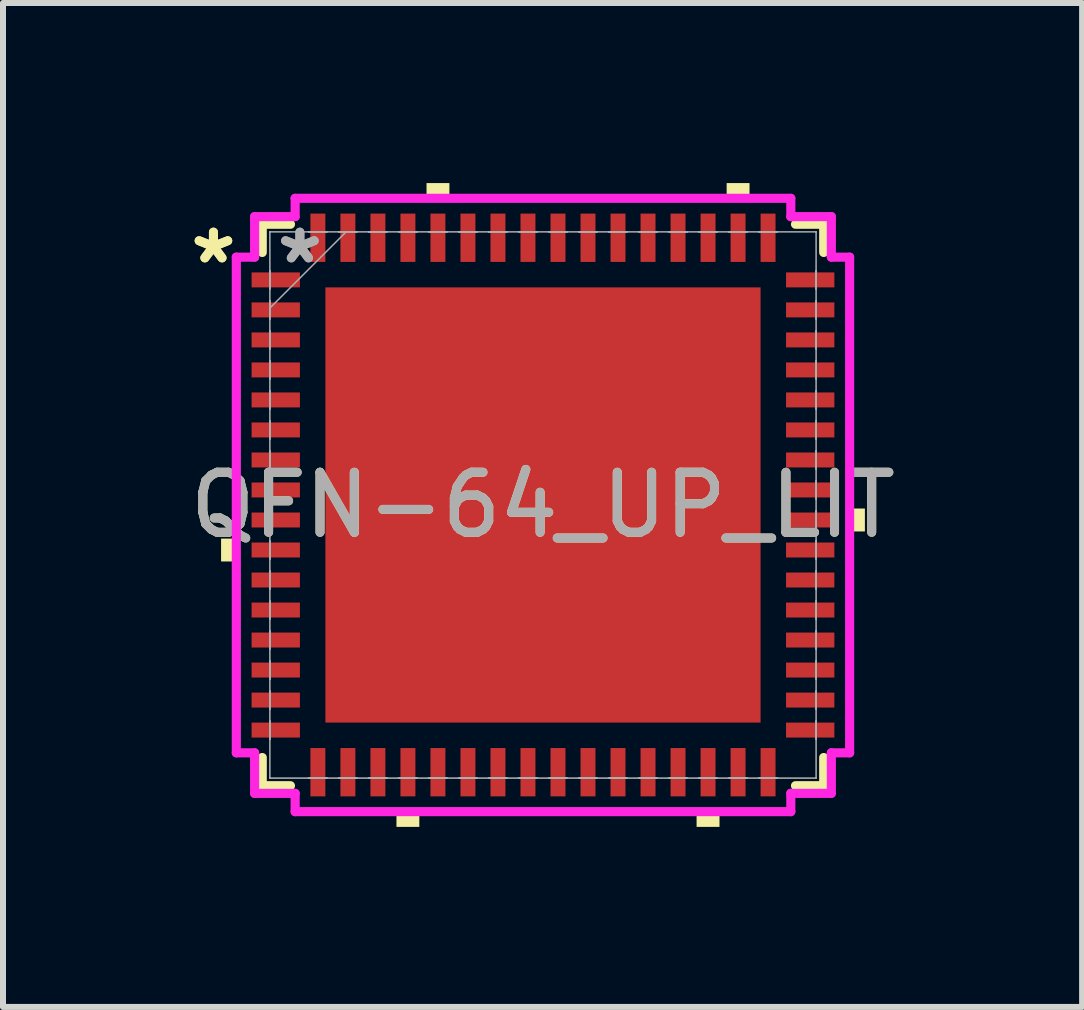
<source format=kicad_pcb>
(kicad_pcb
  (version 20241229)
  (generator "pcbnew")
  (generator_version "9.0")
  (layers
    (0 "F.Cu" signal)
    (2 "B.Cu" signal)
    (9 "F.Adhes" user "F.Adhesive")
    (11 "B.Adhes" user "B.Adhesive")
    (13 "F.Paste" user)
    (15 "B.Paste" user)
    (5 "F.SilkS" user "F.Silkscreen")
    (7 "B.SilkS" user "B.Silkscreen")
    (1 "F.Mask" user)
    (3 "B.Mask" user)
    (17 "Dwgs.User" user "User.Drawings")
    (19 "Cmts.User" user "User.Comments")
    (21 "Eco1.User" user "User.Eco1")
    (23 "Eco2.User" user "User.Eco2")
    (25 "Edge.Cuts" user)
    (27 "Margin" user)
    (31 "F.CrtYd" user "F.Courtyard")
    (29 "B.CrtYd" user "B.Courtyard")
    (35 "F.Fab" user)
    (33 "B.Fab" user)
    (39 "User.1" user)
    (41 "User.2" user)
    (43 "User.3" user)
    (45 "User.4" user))
  (footprint "QFN-64_UP_LIT"
    (layer "F.Cu")
    (at 5.996 5.363)
    (property "Reference" "QFN-64_UP_LIT" (at 0 0 0) (unlocked yes) (layer "F.SilkS") (effects (font (size 1 1) (thickness 0.15))))
    (attr smd)
    (fp_line (start -4.677 -4.677) (end -4.677 -4.207) (stroke (width 0.152) (type solid)) (layer "F.SilkS"))
    (fp_line (start -4.677 4.207) (end -4.677 4.677) (stroke (width 0.152) (type solid)) (layer "F.SilkS"))
    (fp_line (start -4.677 4.677) (end -4.207 4.677) (stroke (width 0.152) (type solid)) (layer "F.SilkS"))
    (fp_line (start -4.207 -4.677) (end -4.677 -4.677) (stroke (width 0.152) (type solid)) (layer "F.SilkS"))
    (fp_line (start 4.207 4.677) (end 4.677 4.677) (stroke (width 0.152) (type solid)) (layer "F.SilkS"))
    (fp_line (start 4.677 -4.677) (end 4.207 -4.677) (stroke (width 0.152) (type solid)) (layer "F.SilkS"))
    (fp_line (start 4.677 -4.207) (end 4.677 -4.677) (stroke (width 0.152) (type solid)) (layer "F.SilkS"))
    (fp_line (start 4.677 4.677) (end 4.677 4.207) (stroke (width 0.152) (type solid)) (layer "F.SilkS"))
    (fp_poly (pts (xy -5.363 0.56) (xy -5.363 0.941) (xy -5.109 0.941) (xy -5.109 0.56)) (stroke (width 0) (type solid)) (fill yes) (layer "F.SilkS"))
    (fp_poly (pts (xy -2.441 5.109) (xy -2.441 5.363) (xy -2.06 5.363) (xy -2.06 5.109)) (stroke (width 0) (type solid)) (fill yes) (layer "F.SilkS"))
    (fp_poly (pts (xy -1.94 -5.109) (xy -1.94 -5.363) (xy -1.559 -5.363) (xy -1.559 -5.109)) (stroke (width 0) (type solid)) (fill yes) (layer "F.SilkS"))
    (fp_poly (pts (xy 2.559 5.109) (xy 2.559 5.363) (xy 2.941 5.363) (xy 2.941 5.109)) (stroke (width 0) (type solid)) (fill yes) (layer "F.SilkS"))
    (fp_poly (pts (xy 3.06 -5.109) (xy 3.06 -5.363) (xy 3.441 -5.363) (xy 3.441 -5.109)) (stroke (width 0) (type solid)) (fill yes) (layer "F.SilkS"))
    (fp_poly (pts (xy 5.363 0.059) (xy 5.363 0.441) (xy 5.109 0.441) (xy 5.109 0.059)) (stroke (width 0) (type solid)) (fill yes) (layer "F.SilkS"))
    (fp_poly (pts (xy -3.525 -3.525) (xy -3.525 -2.275) (xy -2.275 -2.275) (xy -2.275 -3.525)) (stroke (width 0) (type solid)) (fill yes) (layer "F.Paste"))
    (fp_poly (pts (xy -3.525 -2.075) (xy -3.525 -0.825) (xy -2.275 -0.825) (xy -2.275 -2.075)) (stroke (width 0) (type solid)) (fill yes) (layer "F.Paste"))
    (fp_poly (pts (xy -3.525 -0.625) (xy -3.525 0.625) (xy -2.275 0.625) (xy -2.275 -0.625)) (stroke (width 0) (type solid)) (fill yes) (layer "F.Paste"))
    (fp_poly (pts (xy -3.525 0.825) (xy -3.525 2.075) (xy -2.275 2.075) (xy -2.275 0.825)) (stroke (width 0) (type solid)) (fill yes) (layer "F.Paste"))
    (fp_poly (pts (xy -3.525 2.275) (xy -3.525 3.525) (xy -2.275 3.525) (xy -2.275 2.275)) (stroke (width 0) (type solid)) (fill yes) (layer "F.Paste"))
    (fp_poly (pts (xy -2.075 -3.525) (xy -2.075 -2.275) (xy -0.825 -2.275) (xy -0.825 -3.525)) (stroke (width 0) (type solid)) (fill yes) (layer "F.Paste"))
    (fp_poly (pts (xy -2.075 -2.075) (xy -2.075 -0.825) (xy -0.825 -0.825) (xy -0.825 -2.075)) (stroke (width 0) (type solid)) (fill yes) (layer "F.Paste"))
    (fp_poly (pts (xy -2.075 -0.625) (xy -2.075 0.625) (xy -0.825 0.625) (xy -0.825 -0.625)) (stroke (width 0) (type solid)) (fill yes) (layer "F.Paste"))
    (fp_poly (pts (xy -2.075 0.825) (xy -2.075 2.075) (xy -0.825 2.075) (xy -0.825 0.825)) (stroke (width 0) (type solid)) (fill yes) (layer "F.Paste"))
    (fp_poly (pts (xy -2.075 2.275) (xy -2.075 3.525) (xy -0.825 3.525) (xy -0.825 2.275)) (stroke (width 0) (type solid)) (fill yes) (layer "F.Paste"))
    (fp_poly (pts (xy -0.625 -3.525) (xy -0.625 -2.275) (xy 0.625 -2.275) (xy 0.625 -3.525)) (stroke (width 0) (type solid)) (fill yes) (layer "F.Paste"))
    (fp_poly (pts (xy -0.625 -2.075) (xy -0.625 -0.825) (xy 0.625 -0.825) (xy 0.625 -2.075)) (stroke (width 0) (type solid)) (fill yes) (layer "F.Paste"))
    (fp_poly (pts (xy -0.625 -0.625) (xy -0.625 0.625) (xy 0.625 0.625) (xy 0.625 -0.625)) (stroke (width 0) (type solid)) (fill yes) (layer "F.Paste"))
    (fp_poly (pts (xy -0.625 0.825) (xy -0.625 2.075) (xy 0.625 2.075) (xy 0.625 0.825)) (stroke (width 0) (type solid)) (fill yes) (layer "F.Paste"))
    (fp_poly (pts (xy -0.625 2.275) (xy -0.625 3.525) (xy 0.625 3.525) (xy 0.625 2.275)) (stroke (width 0) (type solid)) (fill yes) (layer "F.Paste"))
    (fp_poly (pts (xy 0.825 -3.525) (xy 0.825 -2.275) (xy 2.075 -2.275) (xy 2.075 -3.525)) (stroke (width 0) (type solid)) (fill yes) (layer "F.Paste"))
    (fp_poly (pts (xy 0.825 -2.075) (xy 0.825 -0.825) (xy 2.075 -0.825) (xy 2.075 -2.075)) (stroke (width 0) (type solid)) (fill yes) (layer "F.Paste"))
    (fp_poly (pts (xy 0.825 -0.625) (xy 0.825 0.625) (xy 2.075 0.625) (xy 2.075 -0.625)) (stroke (width 0) (type solid)) (fill yes) (layer "F.Paste"))
    (fp_poly (pts (xy 0.825 0.825) (xy 0.825 2.075) (xy 2.075 2.075) (xy 2.075 0.825)) (stroke (width 0) (type solid)) (fill yes) (layer "F.Paste"))
    (fp_poly (pts (xy 0.825 2.275) (xy 0.825 3.525) (xy 2.075 3.525) (xy 2.075 2.275)) (stroke (width 0) (type solid)) (fill yes) (layer "F.Paste"))
    (fp_poly (pts (xy 2.275 -3.525) (xy 2.275 -2.275) (xy 3.525 -2.275) (xy 3.525 -3.525)) (stroke (width 0) (type solid)) (fill yes) (layer "F.Paste"))
    (fp_poly (pts (xy 2.275 -2.075) (xy 2.275 -0.825) (xy 3.525 -0.825) (xy 3.525 -2.075)) (stroke (width 0) (type solid)) (fill yes) (layer "F.Paste"))
    (fp_poly (pts (xy 2.275 -0.625) (xy 2.275 0.625) (xy 3.525 0.625) (xy 3.525 -0.625)) (stroke (width 0) (type solid)) (fill yes) (layer "F.Paste"))
    (fp_poly (pts (xy 2.275 0.825) (xy 2.275 2.075) (xy 3.525 2.075) (xy 3.525 0.825)) (stroke (width 0) (type solid)) (fill yes) (layer "F.Paste"))
    (fp_poly (pts (xy 2.275 2.275) (xy 2.275 3.525) (xy 3.525 3.525) (xy 3.525 2.275)) (stroke (width 0) (type solid)) (fill yes) (layer "F.Paste"))
    (fp_line (start -5.109 -4.129) (end -4.804 -4.129) (stroke (width 0.152) (type solid)) (layer "F.CrtYd"))
    (fp_line (start -5.109 4.129) (end -5.109 -4.129) (stroke (width 0.152) (type solid)) (layer "F.CrtYd"))
    (fp_line (start -4.804 -4.804) (end -4.129 -4.804) (stroke (width 0.152) (type solid)) (layer "F.CrtYd"))
    (fp_line (start -4.804 -4.129) (end -4.804 -4.804) (stroke (width 0.152) (type solid)) (layer "F.CrtYd"))
    (fp_line (start -4.804 4.129) (end -5.109 4.129) (stroke (width 0.152) (type solid)) (layer "F.CrtYd"))
    (fp_line (start -4.804 4.804) (end -4.804 4.129) (stroke (width 0.152) (type solid)) (layer "F.CrtYd"))
    (fp_line (start -4.129 -5.109) (end 4.129 -5.109) (stroke (width 0.152) (type solid)) (layer "F.CrtYd"))
    (fp_line (start -4.129 -4.804) (end -4.129 -5.109) (stroke (width 0.152) (type solid)) (layer "F.CrtYd"))
    (fp_line (start -4.129 4.804) (end -4.804 4.804) (stroke (width 0.152) (type solid)) (layer "F.CrtYd"))
    (fp_line (start -4.129 5.109) (end -4.129 4.804) (stroke (width 0.152) (type solid)) (layer "F.CrtYd"))
    (fp_line (start 4.129 -5.109) (end 4.129 -4.804) (stroke (width 0.152) (type solid)) (layer "F.CrtYd"))
    (fp_line (start 4.129 -4.804) (end 4.804 -4.804) (stroke (width 0.152) (type solid)) (layer "F.CrtYd"))
    (fp_line (start 4.129 4.804) (end 4.129 5.109) (stroke (width 0.152) (type solid)) (layer "F.CrtYd"))
    (fp_line (start 4.129 5.109) (end -4.129 5.109) (stroke (width 0.152) (type solid)) (layer "F.CrtYd"))
    (fp_line (start 4.804 -4.804) (end 4.804 -4.129) (stroke (width 0.152) (type solid)) (layer "F.CrtYd"))
    (fp_line (start 4.804 -4.129) (end 5.109 -4.129) (stroke (width 0.152) (type solid)) (layer "F.CrtYd"))
    (fp_line (start 4.804 4.129) (end 4.804 4.804) (stroke (width 0.152) (type solid)) (layer "F.CrtYd"))
    (fp_line (start 4.804 4.804) (end 4.129 4.804) (stroke (width 0.152) (type solid)) (layer "F.CrtYd"))
    (fp_line (start 5.109 -4.129) (end 5.109 4.129) (stroke (width 0.152) (type solid)) (layer "F.CrtYd"))
    (fp_line (start 5.109 4.129) (end 4.804 4.129) (stroke (width 0.152) (type solid)) (layer "F.CrtYd"))
    (fp_line (start -4.55 -4.55) (end -4.55 -4.55) (stroke (width 0.025) (type solid)) (layer "F.Fab"))
    (fp_line (start -4.55 -4.55) (end -4.55 4.55) (stroke (width 0.025) (type solid)) (layer "F.Fab"))
    (fp_line (start -4.55 -3.9) (end -4.55 -3.9) (stroke (width 0.025) (type solid)) (layer "F.Fab"))
    (fp_line (start -4.55 -3.9) (end -4.55 -3.6) (stroke (width 0.025) (type solid)) (layer "F.Fab"))
    (fp_line (start -4.55 -3.6) (end -4.55 -3.9) (stroke (width 0.025) (type solid)) (layer "F.Fab"))
    (fp_line (start -4.55 -3.6) (end -4.55 -3.6) (stroke (width 0.025) (type solid)) (layer "F.Fab"))
    (fp_line (start -4.55 -3.4) (end -4.55 -3.4) (stroke (width 0.025) (type solid)) (layer "F.Fab"))
    (fp_line (start -4.55 -3.4) (end -4.55 -3.1) (stroke (width 0.025) (type solid)) (layer "F.Fab"))
    (fp_line (start -4.55 -3.28) (end -3.28 -4.55) (stroke (width 0.025) (type solid)) (layer "F.Fab"))
    (fp_line (start -4.55 -3.1) (end -4.55 -3.4) (stroke (width 0.025) (type solid)) (layer "F.Fab"))
    (fp_line (start -4.55 -3.1) (end -4.55 -3.1) (stroke (width 0.025) (type solid)) (layer "F.Fab"))
    (fp_line (start -4.55 -2.9) (end -4.55 -2.9) (stroke (width 0.025) (type solid)) (layer "F.Fab"))
    (fp_line (start -4.55 -2.9) (end -4.55 -2.6) (stroke (width 0.025) (type solid)) (layer "F.Fab"))
    (fp_line (start -4.55 -2.6) (end -4.55 -2.9) (stroke (width 0.025) (type solid)) (layer "F.Fab"))
    (fp_line (start -4.55 -2.6) (end -4.55 -2.6) (stroke (width 0.025) (type solid)) (layer "F.Fab"))
    (fp_line (start -4.55 -2.4) (end -4.55 -2.4) (stroke (width 0.025) (type solid)) (layer "F.Fab"))
    (fp_line (start -4.55 -2.4) (end -4.55 -2.1) (stroke (width 0.025) (type solid)) (layer "F.Fab"))
    (fp_line (start -4.55 -2.1) (end -4.55 -2.4) (stroke (width 0.025) (type solid)) (layer "F.Fab"))
    (fp_line (start -4.55 -2.1) (end -4.55 -2.1) (stroke (width 0.025) (type solid)) (layer "F.Fab"))
    (fp_line (start -4.55 -1.9) (end -4.55 -1.9) (stroke (width 0.025) (type solid)) (layer "F.Fab"))
    (fp_line (start -4.55 -1.9) (end -4.55 -1.6) (stroke (width 0.025) (type solid)) (layer "F.Fab"))
    (fp_line (start -4.55 -1.6) (end -4.55 -1.9) (stroke (width 0.025) (type solid)) (layer "F.Fab"))
    (fp_line (start -4.55 -1.6) (end -4.55 -1.6) (stroke (width 0.025) (type solid)) (layer "F.Fab"))
    (fp_line (start -4.55 -1.4) (end -4.55 -1.4) (stroke (width 0.025) (type solid)) (layer "F.Fab"))
    (fp_line (start -4.55 -1.4) (end -4.55 -1.1) (stroke (width 0.025) (type solid)) (layer "F.Fab"))
    (fp_line (start -4.55 -1.1) (end -4.55 -1.4) (stroke (width 0.025) (type solid)) (layer "F.Fab"))
    (fp_line (start -4.55 -1.1) (end -4.55 -1.1) (stroke (width 0.025) (type solid)) (layer "F.Fab"))
    (fp_line (start -4.55 -0.9) (end -4.55 -0.9) (stroke (width 0.025) (type solid)) (layer "F.Fab"))
    (fp_line (start -4.55 -0.9) (end -4.55 -0.6) (stroke (width 0.025) (type solid)) (layer "F.Fab"))
    (fp_line (start -4.55 -0.6) (end -4.55 -0.9) (stroke (width 0.025) (type solid)) (layer "F.Fab"))
    (fp_line (start -4.55 -0.6) (end -4.55 -0.6) (stroke (width 0.025) (type solid)) (layer "F.Fab"))
    (fp_line (start -4.55 -0.4) (end -4.55 -0.4) (stroke (width 0.025) (type solid)) (layer "F.Fab"))
    (fp_line (start -4.55 -0.4) (end -4.55 -0.1) (stroke (width 0.025) (type solid)) (layer "F.Fab"))
    (fp_line (start -4.55 -0.1) (end -4.55 -0.4) (stroke (width 0.025) (type solid)) (layer "F.Fab"))
    (fp_line (start -4.55 -0.1) (end -4.55 -0.1) (stroke (width 0.025) (type solid)) (layer "F.Fab"))
    (fp_line (start -4.55 0.1) (end -4.55 0.1) (stroke (width 0.025) (type solid)) (layer "F.Fab"))
    (fp_line (start -4.55 0.1) (end -4.55 0.4) (stroke (width 0.025) (type solid)) (layer "F.Fab"))
    (fp_line (start -4.55 0.4) (end -4.55 0.1) (stroke (width 0.025) (type solid)) (layer "F.Fab"))
    (fp_line (start -4.55 0.4) (end -4.55 0.4) (stroke (width 0.025) (type solid)) (layer "F.Fab"))
    (fp_line (start -4.55 0.6) (end -4.55 0.6) (stroke (width 0.025) (type solid)) (layer "F.Fab"))
    (fp_line (start -4.55 0.6) (end -4.55 0.9) (stroke (width 0.025) (type solid)) (layer "F.Fab"))
    (fp_line (start -4.55 0.9) (end -4.55 0.6) (stroke (width 0.025) (type solid)) (layer "F.Fab"))
    (fp_line (start -4.55 0.9) (end -4.55 0.9) (stroke (width 0.025) (type solid)) (layer "F.Fab"))
    (fp_line (start -4.55 1.1) (end -4.55 1.1) (stroke (width 0.025) (type solid)) (layer "F.Fab"))
    (fp_line (start -4.55 1.1) (end -4.55 1.4) (stroke (width 0.025) (type solid)) (layer "F.Fab"))
    (fp_line (start -4.55 1.4) (end -4.55 1.1) (stroke (width 0.025) (type solid)) (layer "F.Fab"))
    (fp_line (start -4.55 1.4) (end -4.55 1.4) (stroke (width 0.025) (type solid)) (layer "F.Fab"))
    (fp_line (start -4.55 1.6) (end -4.55 1.6) (stroke (width 0.025) (type solid)) (layer "F.Fab"))
    (fp_line (start -4.55 1.6) (end -4.55 1.9) (stroke (width 0.025) (type solid)) (layer "F.Fab"))
    (fp_line (start -4.55 1.9) (end -4.55 1.6) (stroke (width 0.025) (type solid)) (layer "F.Fab"))
    (fp_line (start -4.55 1.9) (end -4.55 1.9) (stroke (width 0.025) (type solid)) (layer "F.Fab"))
    (fp_line (start -4.55 2.1) (end -4.55 2.1) (stroke (width 0.025) (type solid)) (layer "F.Fab"))
    (fp_line (start -4.55 2.1) (end -4.55 2.4) (stroke (width 0.025) (type solid)) (layer "F.Fab"))
    (fp_line (start -4.55 2.4) (end -4.55 2.1) (stroke (width 0.025) (type solid)) (layer "F.Fab"))
    (fp_line (start -4.55 2.4) (end -4.55 2.4) (stroke (width 0.025) (type solid)) (layer "F.Fab"))
    (fp_line (start -4.55 2.6) (end -4.55 2.6) (stroke (width 0.025) (type solid)) (layer "F.Fab"))
    (fp_line (start -4.55 2.6) (end -4.55 2.9) (stroke (width 0.025) (type solid)) (layer "F.Fab"))
    (fp_line (start -4.55 2.9) (end -4.55 2.6) (stroke (width 0.025) (type solid)) (layer "F.Fab"))
    (fp_line (start -4.55 2.9) (end -4.55 2.9) (stroke (width 0.025) (type solid)) (layer "F.Fab"))
    (fp_line (start -4.55 3.1) (end -4.55 3.1) (stroke (width 0.025) (type solid)) (layer "F.Fab"))
    (fp_line (start -4.55 3.1) (end -4.55 3.4) (stroke (width 0.025) (type solid)) (layer "F.Fab"))
    (fp_line (start -4.55 3.4) (end -4.55 3.1) (stroke (width 0.025) (type solid)) (layer "F.Fab"))
    (fp_line (start -4.55 3.4) (end -4.55 3.4) (stroke (width 0.025) (type solid)) (layer "F.Fab"))
    (fp_line (start -4.55 3.6) (end -4.55 3.6) (stroke (width 0.025) (type solid)) (layer "F.Fab"))
    (fp_line (start -4.55 3.6) (end -4.55 3.9) (stroke (width 0.025) (type solid)) (layer "F.Fab"))
    (fp_line (start -4.55 3.9) (end -4.55 3.6) (stroke (width 0.025) (type solid)) (layer "F.Fab"))
    (fp_line (start -4.55 3.9) (end -4.55 3.9) (stroke (width 0.025) (type solid)) (layer "F.Fab"))
    (fp_line (start -4.55 4.55) (end -4.55 4.55) (stroke (width 0.025) (type solid)) (layer "F.Fab"))
    (fp_line (start -4.55 4.55) (end 4.55 4.55) (stroke (width 0.025) (type solid)) (layer "F.Fab"))
    (fp_line (start -3.9 -4.55) (end -3.9 -4.55) (stroke (width 0.025) (type solid)) (layer "F.Fab"))
    (fp_line (start -3.9 -4.55) (end -3.6 -4.55) (stroke (width 0.025) (type solid)) (layer "F.Fab"))
    (fp_line (start -3.9 4.55) (end -3.9 4.55) (stroke (width 0.025) (type solid)) (layer "F.Fab"))
    (fp_line (start -3.9 4.55) (end -3.6 4.55) (stroke (width 0.025) (type solid)) (layer "F.Fab"))
    (fp_line (start -3.6 -4.55) (end -3.9 -4.55) (stroke (width 0.025) (type solid)) (layer "F.Fab"))
    (fp_line (start -3.6 -4.55) (end -3.6 -4.55) (stroke (width 0.025) (type solid)) (layer "F.Fab"))
    (fp_line (start -3.6 4.55) (end -3.9 4.55) (stroke (width 0.025) (type solid)) (layer "F.Fab"))
    (fp_line (start -3.6 4.55) (end -3.6 4.55) (stroke (width 0.025) (type solid)) (layer "F.Fab"))
    (fp_line (start -3.4 -4.55) (end -3.4 -4.55) (stroke (width 0.025) (type solid)) (layer "F.Fab"))
    (fp_line (start -3.4 -4.55) (end -3.1 -4.55) (stroke (width 0.025) (type solid)) (layer "F.Fab"))
    (fp_line (start -3.4 4.55) (end -3.4 4.55) (stroke (width 0.025) (type solid)) (layer "F.Fab"))
    (fp_line (start -3.4 4.55) (end -3.1 4.55) (stroke (width 0.025) (type solid)) (layer "F.Fab"))
    (fp_line (start -3.1 -4.55) (end -3.4 -4.55) (stroke (width 0.025) (type solid)) (layer "F.Fab"))
    (fp_line (start -3.1 -4.55) (end -3.1 -4.55) (stroke (width 0.025) (type solid)) (layer "F.Fab"))
    (fp_line (start -3.1 4.55) (end -3.4 4.55) (stroke (width 0.025) (type solid)) (layer "F.Fab"))
    (fp_line (start -3.1 4.55) (end -3.1 4.55) (stroke (width 0.025) (type solid)) (layer "F.Fab"))
    (fp_line (start -2.9 -4.55) (end -2.9 -4.55) (stroke (width 0.025) (type solid)) (layer "F.Fab"))
    (fp_line (start -2.9 -4.55) (end -2.6 -4.55) (stroke (width 0.025) (type solid)) (layer "F.Fab"))
    (fp_line (start -2.9 4.55) (end -2.9 4.55) (stroke (width 0.025) (type solid)) (layer "F.Fab"))
    (fp_line (start -2.9 4.55) (end -2.6 4.55) (stroke (width 0.025) (type solid)) (layer "F.Fab"))
    (fp_line (start -2.6 -4.55) (end -2.9 -4.55) (stroke (width 0.025) (type solid)) (layer "F.Fab"))
    (fp_line (start -2.6 -4.55) (end -2.6 -4.55) (stroke (width 0.025) (type solid)) (layer "F.Fab"))
    (fp_line (start -2.6 4.55) (end -2.9 4.55) (stroke (width 0.025) (type solid)) (layer "F.Fab"))
    (fp_line (start -2.6 4.55) (end -2.6 4.55) (stroke (width 0.025) (type solid)) (layer "F.Fab"))
    (fp_line (start -2.4 -4.55) (end -2.4 -4.55) (stroke (width 0.025) (type solid)) (layer "F.Fab"))
    (fp_line (start -2.4 -4.55) (end -2.1 -4.55) (stroke (width 0.025) (type solid)) (layer "F.Fab"))
    (fp_line (start -2.4 4.55) (end -2.4 4.55) (stroke (width 0.025) (type solid)) (layer "F.Fab"))
    (fp_line (start -2.4 4.55) (end -2.1 4.55) (stroke (width 0.025) (type solid)) (layer "F.Fab"))
    (fp_line (start -2.1 -4.55) (end -2.4 -4.55) (stroke (width 0.025) (type solid)) (layer "F.Fab"))
    (fp_line (start -2.1 -4.55) (end -2.1 -4.55) (stroke (width 0.025) (type solid)) (layer "F.Fab"))
    (fp_line (start -2.1 4.55) (end -2.4 4.55) (stroke (width 0.025) (type solid)) (layer "F.Fab"))
    (fp_line (start -2.1 4.55) (end -2.1 4.55) (stroke (width 0.025) (type solid)) (layer "F.Fab"))
    (fp_line (start -1.9 -4.55) (end -1.9 -4.55) (stroke (width 0.025) (type solid)) (layer "F.Fab"))
    (fp_line (start -1.9 -4.55) (end -1.6 -4.55) (stroke (width 0.025) (type solid)) (layer "F.Fab"))
    (fp_line (start -1.9 4.55) (end -1.9 4.55) (stroke (width 0.025) (type solid)) (layer "F.Fab"))
    (fp_line (start -1.9 4.55) (end -1.6 4.55) (stroke (width 0.025) (type solid)) (layer "F.Fab"))
    (fp_line (start -1.6 -4.55) (end -1.9 -4.55) (stroke (width 0.025) (type solid)) (layer "F.Fab"))
    (fp_line (start -1.6 -4.55) (end -1.6 -4.55) (stroke (width 0.025) (type solid)) (layer "F.Fab"))
    (fp_line (start -1.6 4.55) (end -1.9 4.55) (stroke (width 0.025) (type solid)) (layer "F.Fab"))
    (fp_line (start -1.6 4.55) (end -1.6 4.55) (stroke (width 0.025) (type solid)) (layer "F.Fab"))
    (fp_line (start -1.4 -4.55) (end -1.4 -4.55) (stroke (width 0.025) (type solid)) (layer "F.Fab"))
    (fp_line (start -1.4 -4.55) (end -1.1 -4.55) (stroke (width 0.025) (type solid)) (layer "F.Fab"))
    (fp_line (start -1.4 4.55) (end -1.4 4.55) (stroke (width 0.025) (type solid)) (layer "F.Fab"))
    (fp_line (start -1.4 4.55) (end -1.1 4.55) (stroke (width 0.025) (type solid)) (layer "F.Fab"))
    (fp_line (start -1.1 -4.55) (end -1.4 -4.55) (stroke (width 0.025) (type solid)) (layer "F.Fab"))
    (fp_line (start -1.1 -4.55) (end -1.1 -4.55) (stroke (width 0.025) (type solid)) (layer "F.Fab"))
    (fp_line (start -1.1 4.55) (end -1.4 4.55) (stroke (width 0.025) (type solid)) (layer "F.Fab"))
    (fp_line (start -1.1 4.55) (end -1.1 4.55) (stroke (width 0.025) (type solid)) (layer "F.Fab"))
    (fp_line (start -0.9 -4.55) (end -0.9 -4.55) (stroke (width 0.025) (type solid)) (layer "F.Fab"))
    (fp_line (start -0.9 -4.55) (end -0.6 -4.55) (stroke (width 0.025) (type solid)) (layer "F.Fab"))
    (fp_line (start -0.9 4.55) (end -0.9 4.55) (stroke (width 0.025) (type solid)) (layer "F.Fab"))
    (fp_line (start -0.9 4.55) (end -0.6 4.55) (stroke (width 0.025) (type solid)) (layer "F.Fab"))
    (fp_line (start -0.6 -4.55) (end -0.9 -4.55) (stroke (width 0.025) (type solid)) (layer "F.Fab"))
    (fp_line (start -0.6 -4.55) (end -0.6 -4.55) (stroke (width 0.025) (type solid)) (layer "F.Fab"))
    (fp_line (start -0.6 4.55) (end -0.9 4.55) (stroke (width 0.025) (type solid)) (layer "F.Fab"))
    (fp_line (start -0.6 4.55) (end -0.6 4.55) (stroke (width 0.025) (type solid)) (layer "F.Fab"))
    (fp_line (start -0.4 -4.55) (end -0.4 -4.55) (stroke (width 0.025) (type solid)) (layer "F.Fab"))
    (fp_line (start -0.4 -4.55) (end -0.1 -4.55) (stroke (width 0.025) (type solid)) (layer "F.Fab"))
    (fp_line (start -0.4 4.55) (end -0.4 4.55) (stroke (width 0.025) (type solid)) (layer "F.Fab"))
    (fp_line (start -0.4 4.55) (end -0.1 4.55) (stroke (width 0.025) (type solid)) (layer "F.Fab"))
    (fp_line (start -0.1 -4.55) (end -0.4 -4.55) (stroke (width 0.025) (type solid)) (layer "F.Fab"))
    (fp_line (start -0.1 -4.55) (end -0.1 -4.55) (stroke (width 0.025) (type solid)) (layer "F.Fab"))
    (fp_line (start -0.1 4.55) (end -0.4 4.55) (stroke (width 0.025) (type solid)) (layer "F.Fab"))
    (fp_line (start -0.1 4.55) (end -0.1 4.55) (stroke (width 0.025) (type solid)) (layer "F.Fab"))
    (fp_line (start 0.1 -4.55) (end 0.1 -4.55) (stroke (width 0.025) (type solid)) (layer "F.Fab"))
    (fp_line (start 0.1 -4.55) (end 0.4 -4.55) (stroke (width 0.025) (type solid)) (layer "F.Fab"))
    (fp_line (start 0.1 4.55) (end 0.1 4.55) (stroke (width 0.025) (type solid)) (layer "F.Fab"))
    (fp_line (start 0.1 4.55) (end 0.4 4.55) (stroke (width 0.025) (type solid)) (layer "F.Fab"))
    (fp_line (start 0.4 -4.55) (end 0.1 -4.55) (stroke (width 0.025) (type solid)) (layer "F.Fab"))
    (fp_line (start 0.4 -4.55) (end 0.4 -4.55) (stroke (width 0.025) (type solid)) (layer "F.Fab"))
    (fp_line (start 0.4 4.55) (end 0.1 4.55) (stroke (width 0.025) (type solid)) (layer "F.Fab"))
    (fp_line (start 0.4 4.55) (end 0.4 4.55) (stroke (width 0.025) (type solid)) (layer "F.Fab"))
    (fp_line (start 0.6 -4.55) (end 0.6 -4.55) (stroke (width 0.025) (type solid)) (layer "F.Fab"))
    (fp_line (start 0.6 -4.55) (end 0.9 -4.55) (stroke (width 0.025) (type solid)) (layer "F.Fab"))
    (fp_line (start 0.6 4.55) (end 0.6 4.55) (stroke (width 0.025) (type solid)) (layer "F.Fab"))
    (fp_line (start 0.6 4.55) (end 0.9 4.55) (stroke (width 0.025) (type solid)) (layer "F.Fab"))
    (fp_line (start 0.9 -4.55) (end 0.6 -4.55) (stroke (width 0.025) (type solid)) (layer "F.Fab"))
    (fp_line (start 0.9 -4.55) (end 0.9 -4.55) (stroke (width 0.025) (type solid)) (layer "F.Fab"))
    (fp_line (start 0.9 4.55) (end 0.6 4.55) (stroke (width 0.025) (type solid)) (layer "F.Fab"))
    (fp_line (start 0.9 4.55) (end 0.9 4.55) (stroke (width 0.025) (type solid)) (layer "F.Fab"))
    (fp_line (start 1.1 -4.55) (end 1.1 -4.55) (stroke (width 0.025) (type solid)) (layer "F.Fab"))
    (fp_line (start 1.1 -4.55) (end 1.4 -4.55) (stroke (width 0.025) (type solid)) (layer "F.Fab"))
    (fp_line (start 1.1 4.55) (end 1.1 4.55) (stroke (width 0.025) (type solid)) (layer "F.Fab"))
    (fp_line (start 1.1 4.55) (end 1.4 4.55) (stroke (width 0.025) (type solid)) (layer "F.Fab"))
    (fp_line (start 1.4 -4.55) (end 1.1 -4.55) (stroke (width 0.025) (type solid)) (layer "F.Fab"))
    (fp_line (start 1.4 -4.55) (end 1.4 -4.55) (stroke (width 0.025) (type solid)) (layer "F.Fab"))
    (fp_line (start 1.4 4.55) (end 1.1 4.55) (stroke (width 0.025) (type solid)) (layer "F.Fab"))
    (fp_line (start 1.4 4.55) (end 1.4 4.55) (stroke (width 0.025) (type solid)) (layer "F.Fab"))
    (fp_line (start 1.6 -4.55) (end 1.6 -4.55) (stroke (width 0.025) (type solid)) (layer "F.Fab"))
    (fp_line (start 1.6 -4.55) (end 1.9 -4.55) (stroke (width 0.025) (type solid)) (layer "F.Fab"))
    (fp_line (start 1.6 4.55) (end 1.6 4.55) (stroke (width 0.025) (type solid)) (layer "F.Fab"))
    (fp_line (start 1.6 4.55) (end 1.9 4.55) (stroke (width 0.025) (type solid)) (layer "F.Fab"))
    (fp_line (start 1.9 -4.55) (end 1.6 -4.55) (stroke (width 0.025) (type solid)) (layer "F.Fab"))
    (fp_line (start 1.9 -4.55) (end 1.9 -4.55) (stroke (width 0.025) (type solid)) (layer "F.Fab"))
    (fp_line (start 1.9 4.55) (end 1.6 4.55) (stroke (width 0.025) (type solid)) (layer "F.Fab"))
    (fp_line (start 1.9 4.55) (end 1.9 4.55) (stroke (width 0.025) (type solid)) (layer "F.Fab"))
    (fp_line (start 2.1 -4.55) (end 2.1 -4.55) (stroke (width 0.025) (type solid)) (layer "F.Fab"))
    (fp_line (start 2.1 -4.55) (end 2.4 -4.55) (stroke (width 0.025) (type solid)) (layer "F.Fab"))
    (fp_line (start 2.1 4.55) (end 2.1 4.55) (stroke (width 0.025) (type solid)) (layer "F.Fab"))
    (fp_line (start 2.1 4.55) (end 2.4 4.55) (stroke (width 0.025) (type solid)) (layer "F.Fab"))
    (fp_line (start 2.4 -4.55) (end 2.1 -4.55) (stroke (width 0.025) (type solid)) (layer "F.Fab"))
    (fp_line (start 2.4 -4.55) (end 2.4 -4.55) (stroke (width 0.025) (type solid)) (layer "F.Fab"))
    (fp_line (start 2.4 4.55) (end 2.1 4.55) (stroke (width 0.025) (type solid)) (layer "F.Fab"))
    (fp_line (start 2.4 4.55) (end 2.4 4.55) (stroke (width 0.025) (type solid)) (layer "F.Fab"))
    (fp_line (start 2.6 -4.55) (end 2.6 -4.55) (stroke (width 0.025) (type solid)) (layer "F.Fab"))
    (fp_line (start 2.6 -4.55) (end 2.9 -4.55) (stroke (width 0.025) (type solid)) (layer "F.Fab"))
    (fp_line (start 2.6 4.55) (end 2.6 4.55) (stroke (width 0.025) (type solid)) (layer "F.Fab"))
    (fp_line (start 2.6 4.55) (end 2.9 4.55) (stroke (width 0.025) (type solid)) (layer "F.Fab"))
    (fp_line (start 2.9 -4.55) (end 2.6 -4.55) (stroke (width 0.025) (type solid)) (layer "F.Fab"))
    (fp_line (start 2.9 -4.55) (end 2.9 -4.55) (stroke (width 0.025) (type solid)) (layer "F.Fab"))
    (fp_line (start 2.9 4.55) (end 2.6 4.55) (stroke (width 0.025) (type solid)) (layer "F.Fab"))
    (fp_line (start 2.9 4.55) (end 2.9 4.55) (stroke (width 0.025) (type solid)) (layer "F.Fab"))
    (fp_line (start 3.1 -4.55) (end 3.1 -4.55) (stroke (width 0.025) (type solid)) (layer "F.Fab"))
    (fp_line (start 3.1 -4.55) (end 3.4 -4.55) (stroke (width 0.025) (type solid)) (layer "F.Fab"))
    (fp_line (start 3.1 4.55) (end 3.1 4.55) (stroke (width 0.025) (type solid)) (layer "F.Fab"))
    (fp_line (start 3.1 4.55) (end 3.4 4.55) (stroke (width 0.025) (type solid)) (layer "F.Fab"))
    (fp_line (start 3.4 -4.55) (end 3.1 -4.55) (stroke (width 0.025) (type solid)) (layer "F.Fab"))
    (fp_line (start 3.4 -4.55) (end 3.4 -4.55) (stroke (width 0.025) (type solid)) (layer "F.Fab"))
    (fp_line (start 3.4 4.55) (end 3.1 4.55) (stroke (width 0.025) (type solid)) (layer "F.Fab"))
    (fp_line (start 3.4 4.55) (end 3.4 4.55) (stroke (width 0.025) (type solid)) (layer "F.Fab"))
    (fp_line (start 3.6 -4.55) (end 3.6 -4.55) (stroke (width 0.025) (type solid)) (layer "F.Fab"))
    (fp_line (start 3.6 -4.55) (end 3.9 -4.55) (stroke (width 0.025) (type solid)) (layer "F.Fab"))
    (fp_line (start 3.6 4.55) (end 3.6 4.55) (stroke (width 0.025) (type solid)) (layer "F.Fab"))
    (fp_line (start 3.6 4.55) (end 3.9 4.55) (stroke (width 0.025) (type solid)) (layer "F.Fab"))
    (fp_line (start 3.9 -4.55) (end 3.6 -4.55) (stroke (width 0.025) (type solid)) (layer "F.Fab"))
    (fp_line (start 3.9 -4.55) (end 3.9 -4.55) (stroke (width 0.025) (type solid)) (layer "F.Fab"))
    (fp_line (start 3.9 4.55) (end 3.6 4.55) (stroke (width 0.025) (type solid)) (layer "F.Fab"))
    (fp_line (start 3.9 4.55) (end 3.9 4.55) (stroke (width 0.025) (type solid)) (layer "F.Fab"))
    (fp_line (start 4.55 -4.55) (end -4.55 -4.55) (stroke (width 0.025) (type solid)) (layer "F.Fab"))
    (fp_line (start 4.55 -4.55) (end 4.55 -4.55) (stroke (width 0.025) (type solid)) (layer "F.Fab"))
    (fp_line (start 4.55 -3.9) (end 4.55 -3.9) (stroke (width 0.025) (type solid)) (layer "F.Fab"))
    (fp_line (start 4.55 -3.9) (end 4.55 -3.6) (stroke (width 0.025) (type solid)) (layer "F.Fab"))
    (fp_line (start 4.55 -3.6) (end 4.55 -3.9) (stroke (width 0.025) (type solid)) (layer "F.Fab"))
    (fp_line (start 4.55 -3.6) (end 4.55 -3.6) (stroke (width 0.025) (type solid)) (layer "F.Fab"))
    (fp_line (start 4.55 -3.4) (end 4.55 -3.4) (stroke (width 0.025) (type solid)) (layer "F.Fab"))
    (fp_line (start 4.55 -3.4) (end 4.55 -3.1) (stroke (width 0.025) (type solid)) (layer "F.Fab"))
    (fp_line (start 4.55 -3.1) (end 4.55 -3.4) (stroke (width 0.025) (type solid)) (layer "F.Fab"))
    (fp_line (start 4.55 -3.1) (end 4.55 -3.1) (stroke (width 0.025) (type solid)) (layer "F.Fab"))
    (fp_line (start 4.55 -2.9) (end 4.55 -2.9) (stroke (width 0.025) (type solid)) (layer "F.Fab"))
    (fp_line (start 4.55 -2.9) (end 4.55 -2.6) (stroke (width 0.025) (type solid)) (layer "F.Fab"))
    (fp_line (start 4.55 -2.6) (end 4.55 -2.9) (stroke (width 0.025) (type solid)) (layer "F.Fab"))
    (fp_line (start 4.55 -2.6) (end 4.55 -2.6) (stroke (width 0.025) (type solid)) (layer "F.Fab"))
    (fp_line (start 4.55 -2.4) (end 4.55 -2.4) (stroke (width 0.025) (type solid)) (layer "F.Fab"))
    (fp_line (start 4.55 -2.4) (end 4.55 -2.1) (stroke (width 0.025) (type solid)) (layer "F.Fab"))
    (fp_line (start 4.55 -2.1) (end 4.55 -2.4) (stroke (width 0.025) (type solid)) (layer "F.Fab"))
    (fp_line (start 4.55 -2.1) (end 4.55 -2.1) (stroke (width 0.025) (type solid)) (layer "F.Fab"))
    (fp_line (start 4.55 -1.9) (end 4.55 -1.9) (stroke (width 0.025) (type solid)) (layer "F.Fab"))
    (fp_line (start 4.55 -1.9) (end 4.55 -1.6) (stroke (width 0.025) (type solid)) (layer "F.Fab"))
    (fp_line (start 4.55 -1.6) (end 4.55 -1.9) (stroke (width 0.025) (type solid)) (layer "F.Fab"))
    (fp_line (start 4.55 -1.6) (end 4.55 -1.6) (stroke (width 0.025) (type solid)) (layer "F.Fab"))
    (fp_line (start 4.55 -1.4) (end 4.55 -1.4) (stroke (width 0.025) (type solid)) (layer "F.Fab"))
    (fp_line (start 4.55 -1.4) (end 4.55 -1.1) (stroke (width 0.025) (type solid)) (layer "F.Fab"))
    (fp_line (start 4.55 -1.1) (end 4.55 -1.4) (stroke (width 0.025) (type solid)) (layer "F.Fab"))
    (fp_line (start 4.55 -1.1) (end 4.55 -1.1) (stroke (width 0.025) (type solid)) (layer "F.Fab"))
    (fp_line (start 4.55 -0.9) (end 4.55 -0.9) (stroke (width 0.025) (type solid)) (layer "F.Fab"))
    (fp_line (start 4.55 -0.9) (end 4.55 -0.6) (stroke (width 0.025) (type solid)) (layer "F.Fab"))
    (fp_line (start 4.55 -0.6) (end 4.55 -0.9) (stroke (width 0.025) (type solid)) (layer "F.Fab"))
    (fp_line (start 4.55 -0.6) (end 4.55 -0.6) (stroke (width 0.025) (type solid)) (layer "F.Fab"))
    (fp_line (start 4.55 -0.4) (end 4.55 -0.4) (stroke (width 0.025) (type solid)) (layer "F.Fab"))
    (fp_line (start 4.55 -0.4) (end 4.55 -0.1) (stroke (width 0.025) (type solid)) (layer "F.Fab"))
    (fp_line (start 4.55 -0.1) (end 4.55 -0.4) (stroke (width 0.025) (type solid)) (layer "F.Fab"))
    (fp_line (start 4.55 -0.1) (end 4.55 -0.1) (stroke (width 0.025) (type solid)) (layer "F.Fab"))
    (fp_line (start 4.55 0.1) (end 4.55 0.1) (stroke (width 0.025) (type solid)) (layer "F.Fab"))
    (fp_line (start 4.55 0.1) (end 4.55 0.4) (stroke (width 0.025) (type solid)) (layer "F.Fab"))
    (fp_line (start 4.55 0.4) (end 4.55 0.1) (stroke (width 0.025) (type solid)) (layer "F.Fab"))
    (fp_line (start 4.55 0.4) (end 4.55 0.4) (stroke (width 0.025) (type solid)) (layer "F.Fab"))
    (fp_line (start 4.55 0.6) (end 4.55 0.6) (stroke (width 0.025) (type solid)) (layer "F.Fab"))
    (fp_line (start 4.55 0.6) (end 4.55 0.9) (stroke (width 0.025) (type solid)) (layer "F.Fab"))
    (fp_line (start 4.55 0.9) (end 4.55 0.6) (stroke (width 0.025) (type solid)) (layer "F.Fab"))
    (fp_line (start 4.55 0.9) (end 4.55 0.9) (stroke (width 0.025) (type solid)) (layer "F.Fab"))
    (fp_line (start 4.55 1.1) (end 4.55 1.1) (stroke (width 0.025) (type solid)) (layer "F.Fab"))
    (fp_line (start 4.55 1.1) (end 4.55 1.4) (stroke (width 0.025) (type solid)) (layer "F.Fab"))
    (fp_line (start 4.55 1.4) (end 4.55 1.1) (stroke (width 0.025) (type solid)) (layer "F.Fab"))
    (fp_line (start 4.55 1.4) (end 4.55 1.4) (stroke (width 0.025) (type solid)) (layer "F.Fab"))
    (fp_line (start 4.55 1.6) (end 4.55 1.6) (stroke (width 0.025) (type solid)) (layer "F.Fab"))
    (fp_line (start 4.55 1.6) (end 4.55 1.9) (stroke (width 0.025) (type solid)) (layer "F.Fab"))
    (fp_line (start 4.55 1.9) (end 4.55 1.6) (stroke (width 0.025) (type solid)) (layer "F.Fab"))
    (fp_line (start 4.55 1.9) (end 4.55 1.9) (stroke (width 0.025) (type solid)) (layer "F.Fab"))
    (fp_line (start 4.55 2.1) (end 4.55 2.1) (stroke (width 0.025) (type solid)) (layer "F.Fab"))
    (fp_line (start 4.55 2.1) (end 4.55 2.4) (stroke (width 0.025) (type solid)) (layer "F.Fab"))
    (fp_line (start 4.55 2.4) (end 4.55 2.1) (stroke (width 0.025) (type solid)) (layer "F.Fab"))
    (fp_line (start 4.55 2.4) (end 4.55 2.4) (stroke (width 0.025) (type solid)) (layer "F.Fab"))
    (fp_line (start 4.55 2.6) (end 4.55 2.6) (stroke (width 0.025) (type solid)) (layer "F.Fab"))
    (fp_line (start 4.55 2.6) (end 4.55 2.9) (stroke (width 0.025) (type solid)) (layer "F.Fab"))
    (fp_line (start 4.55 2.9) (end 4.55 2.6) (stroke (width 0.025) (type solid)) (layer "F.Fab"))
    (fp_line (start 4.55 2.9) (end 4.55 2.9) (stroke (width 0.025) (type solid)) (layer "F.Fab"))
    (fp_line (start 4.55 3.1) (end 4.55 3.1) (stroke (width 0.025) (type solid)) (layer "F.Fab"))
    (fp_line (start 4.55 3.1) (end 4.55 3.4) (stroke (width 0.025) (type solid)) (layer "F.Fab"))
    (fp_line (start 4.55 3.4) (end 4.55 3.1) (stroke (width 0.025) (type solid)) (layer "F.Fab"))
    (fp_line (start 4.55 3.4) (end 4.55 3.4) (stroke (width 0.025) (type solid)) (layer "F.Fab"))
    (fp_line (start 4.55 3.6) (end 4.55 3.6) (stroke (width 0.025) (type solid)) (layer "F.Fab"))
    (fp_line (start 4.55 3.6) (end 4.55 3.9) (stroke (width 0.025) (type solid)) (layer "F.Fab"))
    (fp_line (start 4.55 3.9) (end 4.55 3.6) (stroke (width 0.025) (type solid)) (layer "F.Fab"))
    (fp_line (start 4.55 3.9) (end 4.55 3.9) (stroke (width 0.025) (type solid)) (layer "F.Fab"))
    (fp_line (start 4.55 4.55) (end 4.55 -4.55) (stroke (width 0.025) (type solid)) (layer "F.Fab"))
    (fp_line (start 4.55 4.55) (end 4.55 4.55) (stroke (width 0.025) (type solid)) (layer "F.Fab"))
    (fp_text user "*" (at -5.49 -4 0) (unlocked yes) (layer "F.SilkS") (effects (font (size 1 1) (thickness 0.15))))
    (fp_text user "*" (at -5.49 -4 0) (layer "F.SilkS") (effects (font (size 1 1) (thickness 0.15))))
    (fp_text user "${REFERENCE}" (at 0 0 0) (unlocked yes) (layer "F.Fab") (effects (font (size 1 1) (thickness 0.15))))
    (fp_text user "*" (at -4.05 -4 0) (layer "F.Fab") (effects (font (size 1 1) (thickness 0.15))))
    (fp_text user "*" (at -4.05 -4 0) (unlocked yes) (layer "F.Fab") (effects (font (size 1 1) (thickness 0.15))))
    (pad "1" smd rect (at -4.452 -3.75 90) (size 0.249 0.805) (layers "F.Cu" "F.Mask" "F.Paste"))
    (pad "2" smd rect (at -4.452 -3.25 90) (size 0.249 0.805) (layers "F.Cu" "F.Mask" "F.Paste"))
    (pad "3" smd rect (at -4.452 -2.75 90) (size 0.249 0.805) (layers "F.Cu" "F.Mask" "F.Paste"))
    (pad "4" smd rect (at -4.452 -2.25 90) (size 0.249 0.805) (layers "F.Cu" "F.Mask" "F.Paste"))
    (pad "5" smd rect (at -4.452 -1.75 90) (size 0.249 0.805) (layers "F.Cu" "F.Mask" "F.Paste"))
    (pad "6" smd rect (at -4.452 -1.25 90) (size 0.249 0.805) (layers "F.Cu" "F.Mask" "F.Paste"))
    (pad "7" smd rect (at -4.452 -0.75 90) (size 0.249 0.805) (layers "F.Cu" "F.Mask" "F.Paste"))
    (pad "8" smd rect (at -4.452 -0.25 90) (size 0.249 0.805) (layers "F.Cu" "F.Mask" "F.Paste"))
    (pad "9" smd rect (at -4.452 0.25 90) (size 0.249 0.805) (layers "F.Cu" "F.Mask" "F.Paste"))
    (pad "10" smd rect (at -4.452 0.75 90) (size 0.249 0.805) (layers "F.Cu" "F.Mask" "F.Paste"))
    (pad "11" smd rect (at -4.452 1.25 90) (size 0.249 0.805) (layers "F.Cu" "F.Mask" "F.Paste"))
    (pad "12" smd rect (at -4.452 1.75 90) (size 0.249 0.805) (layers "F.Cu" "F.Mask" "F.Paste"))
    (pad "13" smd rect (at -4.452 2.25 90) (size 0.249 0.805) (layers "F.Cu" "F.Mask" "F.Paste"))
    (pad "14" smd rect (at -4.452 2.75 90) (size 0.249 0.805) (layers "F.Cu" "F.Mask" "F.Paste"))
    (pad "15" smd rect (at -4.452 3.25 90) (size 0.249 0.805) (layers "F.Cu" "F.Mask" "F.Paste"))
    (pad "16" smd rect (at -4.452 3.75 90) (size 0.249 0.805) (layers "F.Cu" "F.Mask" "F.Paste"))
    (pad "17" smd rect (at -3.75 4.452) (size 0.249 0.805) (layers "F.Cu" "F.Mask" "F.Paste"))
    (pad "18" smd rect (at -3.25 4.452) (size 0.249 0.805) (layers "F.Cu" "F.Mask" "F.Paste"))
    (pad "19" smd rect (at -2.75 4.452) (size 0.249 0.805) (layers "F.Cu" "F.Mask" "F.Paste"))
    (pad "20" smd rect (at -2.25 4.452) (size 0.249 0.805) (layers "F.Cu" "F.Mask" "F.Paste"))
    (pad "21" smd rect (at -1.75 4.452) (size 0.249 0.805) (layers "F.Cu" "F.Mask" "F.Paste"))
    (pad "22" smd rect (at -1.25 4.452) (size 0.249 0.805) (layers "F.Cu" "F.Mask" "F.Paste"))
    (pad "23" smd rect (at -0.75 4.452) (size 0.249 0.805) (layers "F.Cu" "F.Mask" "F.Paste"))
    (pad "24" smd rect (at -0.25 4.452) (size 0.249 0.805) (layers "F.Cu" "F.Mask" "F.Paste"))
    (pad "25" smd rect (at 0.25 4.452) (size 0.249 0.805) (layers "F.Cu" "F.Mask" "F.Paste"))
    (pad "26" smd rect (at 0.75 4.452) (size 0.249 0.805) (layers "F.Cu" "F.Mask" "F.Paste"))
    (pad "27" smd rect (at 1.25 4.452) (size 0.249 0.805) (layers "F.Cu" "F.Mask" "F.Paste"))
    (pad "28" smd rect (at 1.75 4.452) (size 0.249 0.805) (layers "F.Cu" "F.Mask" "F.Paste"))
    (pad "29" smd rect (at 2.25 4.452) (size 0.249 0.805) (layers "F.Cu" "F.Mask" "F.Paste"))
    (pad "30" smd rect (at 2.75 4.452) (size 0.249 0.805) (layers "F.Cu" "F.Mask" "F.Paste"))
    (pad "31" smd rect (at 3.25 4.452) (size 0.249 0.805) (layers "F.Cu" "F.Mask" "F.Paste"))
    (pad "32" smd rect (at 3.75 4.452) (size 0.249 0.805) (layers "F.Cu" "F.Mask" "F.Paste"))
    (pad "33" smd rect (at 4.452 3.75 90) (size 0.249 0.805) (layers "F.Cu" "F.Mask" "F.Paste"))
    (pad "34" smd rect (at 4.452 3.25 90) (size 0.249 0.805) (layers "F.Cu" "F.Mask" "F.Paste"))
    (pad "35" smd rect (at 4.452 2.75 90) (size 0.249 0.805) (layers "F.Cu" "F.Mask" "F.Paste"))
    (pad "36" smd rect (at 4.452 2.25 90) (size 0.249 0.805) (layers "F.Cu" "F.Mask" "F.Paste"))
    (pad "37" smd rect (at 4.452 1.75 90) (size 0.249 0.805) (layers "F.Cu" "F.Mask" "F.Paste"))
    (pad "38" smd rect (at 4.452 1.25 90) (size 0.249 0.805) (layers "F.Cu" "F.Mask" "F.Paste"))
    (pad "39" smd rect (at 4.452 0.75 90) (size 0.249 0.805) (layers "F.Cu" "F.Mask" "F.Paste"))
    (pad "40" smd rect (at 4.452 0.25 90) (size 0.249 0.805) (layers "F.Cu" "F.Mask" "F.Paste"))
    (pad "41" smd rect (at 4.452 -0.25 90) (size 0.249 0.805) (layers "F.Cu" "F.Mask" "F.Paste"))
    (pad "42" smd rect (at 4.452 -0.75 90) (size 0.249 0.805) (layers "F.Cu" "F.Mask" "F.Paste"))
    (pad "43" smd rect (at 4.452 -1.25 90) (size 0.249 0.805) (layers "F.Cu" "F.Mask" "F.Paste"))
    (pad "44" smd rect (at 4.452 -1.75 90) (size 0.249 0.805) (layers "F.Cu" "F.Mask" "F.Paste"))
    (pad "45" smd rect (at 4.452 -2.25 90) (size 0.249 0.805) (layers "F.Cu" "F.Mask" "F.Paste"))
    (pad "46" smd rect (at 4.452 -2.75 90) (size 0.249 0.805) (layers "F.Cu" "F.Mask" "F.Paste"))
    (pad "47" smd rect (at 4.452 -3.25 90) (size 0.249 0.805) (layers "F.Cu" "F.Mask" "F.Paste"))
    (pad "48" smd rect (at 4.452 -3.75 90) (size 0.249 0.805) (layers "F.Cu" "F.Mask" "F.Paste"))
    (pad "49" smd rect (at 3.75 -4.452) (size 0.249 0.805) (layers "F.Cu" "F.Mask" "F.Paste"))
    (pad "50" smd rect (at 3.25 -4.452) (size 0.249 0.805) (layers "F.Cu" "F.Mask" "F.Paste"))
    (pad "51" smd rect (at 2.75 -4.452) (size 0.249 0.805) (layers "F.Cu" "F.Mask" "F.Paste"))
    (pad "52" smd rect (at 2.25 -4.452) (size 0.249 0.805) (layers "F.Cu" "F.Mask" "F.Paste"))
    (pad "53" smd rect (at 1.75 -4.452) (size 0.249 0.805) (layers "F.Cu" "F.Mask" "F.Paste"))
    (pad "54" smd rect (at 1.25 -4.452) (size 0.249 0.805) (layers "F.Cu" "F.Mask" "F.Paste"))
    (pad "55" smd rect (at 0.75 -4.452) (size 0.249 0.805) (layers "F.Cu" "F.Mask" "F.Paste"))
    (pad "56" smd rect (at 0.25 -4.452) (size 0.249 0.805) (layers "F.Cu" "F.Mask" "F.Paste"))
    (pad "57" smd rect (at -0.25 -4.452) (size 0.249 0.805) (layers "F.Cu" "F.Mask" "F.Paste"))
    (pad "58" smd rect (at -0.75 -4.452) (size 0.249 0.805) (layers "F.Cu" "F.Mask" "F.Paste"))
    (pad "59" smd rect (at -1.25 -4.452) (size 0.249 0.805) (layers "F.Cu" "F.Mask" "F.Paste"))
    (pad "60" smd rect (at -1.75 -4.452) (size 0.249 0.805) (layers "F.Cu" "F.Mask" "F.Paste"))
    (pad "61" smd rect (at -2.25 -4.452) (size 0.249 0.805) (layers "F.Cu" "F.Mask" "F.Paste"))
    (pad "62" smd rect (at -2.75 -4.452) (size 0.249 0.805) (layers "F.Cu" "F.Mask" "F.Paste"))
    (pad "63" smd rect (at -3.25 -4.452) (size 0.249 0.805) (layers "F.Cu" "F.Mask" "F.Paste"))
    (pad "64" smd rect (at -3.75 -4.452) (size 0.249 0.805) (layers "F.Cu" "F.Mask" "F.Paste"))
    (pad "65" smd rect (at 0 0) (size 7.25 7.25) (layers "F.Cu" "F.Mask")))
  (gr_rect
    (start -3 -3)
    (end 14.978 13.726)
    (stroke (width 0.1) (type default))
    (fill no)
    (layer "Edge.Cuts")))
</source>
